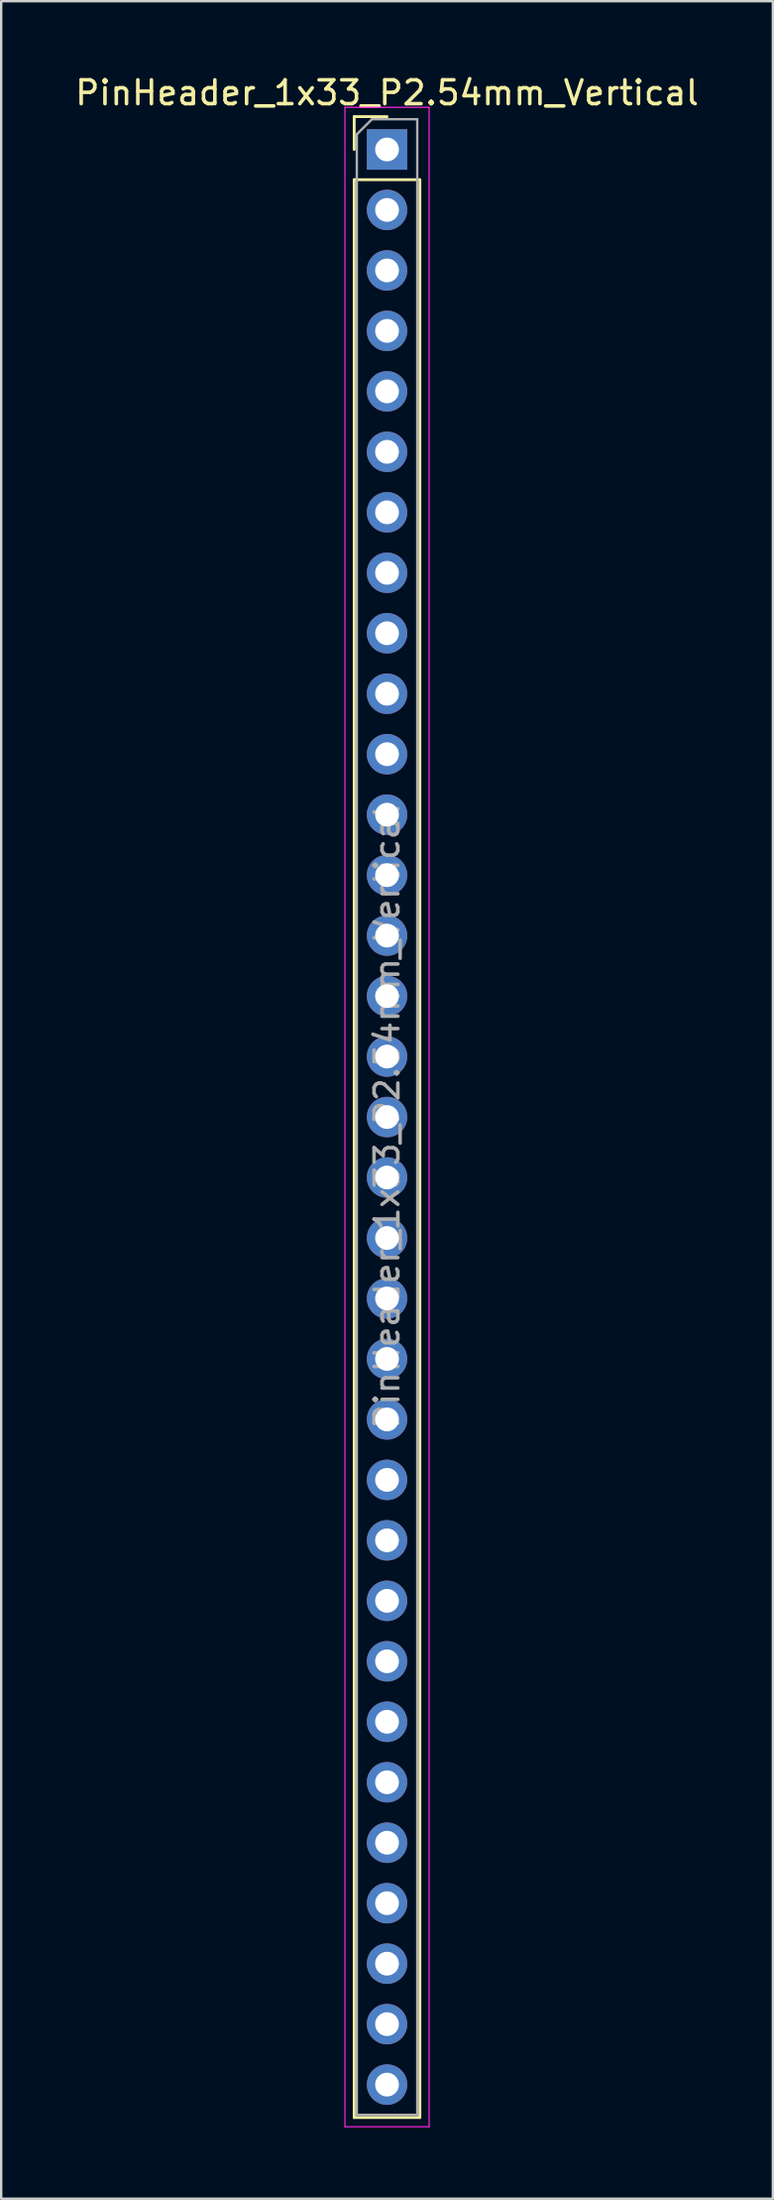
<source format=kicad_pcb>
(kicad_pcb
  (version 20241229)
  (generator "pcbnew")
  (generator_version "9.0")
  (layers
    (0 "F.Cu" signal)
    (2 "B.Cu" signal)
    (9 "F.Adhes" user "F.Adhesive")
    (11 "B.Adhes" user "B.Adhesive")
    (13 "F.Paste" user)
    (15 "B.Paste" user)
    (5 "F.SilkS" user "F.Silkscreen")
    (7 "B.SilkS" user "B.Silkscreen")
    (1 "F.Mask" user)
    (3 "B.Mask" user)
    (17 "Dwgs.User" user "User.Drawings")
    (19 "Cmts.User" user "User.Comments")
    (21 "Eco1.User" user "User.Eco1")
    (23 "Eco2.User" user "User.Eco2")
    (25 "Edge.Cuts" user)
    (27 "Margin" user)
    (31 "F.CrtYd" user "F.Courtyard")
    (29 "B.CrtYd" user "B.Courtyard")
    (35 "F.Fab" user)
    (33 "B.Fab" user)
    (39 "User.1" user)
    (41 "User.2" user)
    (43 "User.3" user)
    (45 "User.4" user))
  (footprint "PinHeader_1x33_P2.54mm_Vertical"
    (layer "F.Cu")
    (at 13.22 3.228)
    (property "Reference" "PinHeader_1x33_P2.54mm_Vertical" (at 0 -2.38 0) (layer "F.SilkS") (effects (font (size 1 1) (thickness 0.15))))
    (attr through_hole)
    (fp_line (start -1.38 -1.38) (end 0 -1.38) (stroke (width 0.12) (type solid)) (layer "F.SilkS"))
    (fp_line (start -1.38 0) (end -1.38 -1.38) (stroke (width 0.12) (type solid)) (layer "F.SilkS"))
    (fp_line (start -1.38 1.27) (end -1.38 82.66) (stroke (width 0.12) (type solid)) (layer "F.SilkS"))
    (fp_line (start -1.38 1.27) (end 1.38 1.27) (stroke (width 0.12) (type solid)) (layer "F.SilkS"))
    (fp_line (start -1.38 82.66) (end 1.38 82.66) (stroke (width 0.12) (type solid)) (layer "F.SilkS"))
    (fp_line (start 1.38 1.27) (end 1.38 82.66) (stroke (width 0.12) (type solid)) (layer "F.SilkS"))
    (fp_line (start -1.77 -1.77) (end -1.77 83.05) (stroke (width 0.05) (type solid)) (layer "F.CrtYd"))
    (fp_line (start -1.77 83.05) (end 1.77 83.05) (stroke (width 0.05) (type solid)) (layer "F.CrtYd"))
    (fp_line (start 1.77 -1.77) (end -1.77 -1.77) (stroke (width 0.05) (type solid)) (layer "F.CrtYd"))
    (fp_line (start 1.77 83.05) (end 1.77 -1.77) (stroke (width 0.05) (type solid)) (layer "F.CrtYd"))
    (fp_line (start -1.27 -0.635) (end -0.635 -1.27) (stroke (width 0.1) (type solid)) (layer "F.Fab"))
    (fp_line (start -1.27 82.55) (end -1.27 -0.635) (stroke (width 0.1) (type solid)) (layer "F.Fab"))
    (fp_line (start -0.635 -1.27) (end 1.27 -1.27) (stroke (width 0.1) (type solid)) (layer "F.Fab"))
    (fp_line (start 1.27 -1.27) (end 1.27 82.55) (stroke (width 0.1) (type solid)) (layer "F.Fab"))
    (fp_line (start 1.27 82.55) (end -1.27 82.55) (stroke (width 0.1) (type solid)) (layer "F.Fab"))
    (fp_text user "${REFERENCE}" (at 0 40.64 90) (layer "F.Fab") (effects (font (size 1 1) (thickness 0.15))))
    (pad "1" thru_hole rect (at 0 0) (size 1.7 1.7) (drill 1) (layers "*.Cu" "*.Mask"))
    (pad "2" thru_hole circle (at 0 2.54) (size 1.7 1.7) (drill 1) (layers "*.Cu" "*.Mask"))
    (pad "3" thru_hole circle (at 0 5.08) (size 1.7 1.7) (drill 1) (layers "*.Cu" "*.Mask"))
    (pad "4" thru_hole circle (at 0 7.62) (size 1.7 1.7) (drill 1) (layers "*.Cu" "*.Mask"))
    (pad "5" thru_hole circle (at 0 10.16) (size 1.7 1.7) (drill 1) (layers "*.Cu" "*.Mask"))
    (pad "6" thru_hole circle (at 0 12.7) (size 1.7 1.7) (drill 1) (layers "*.Cu" "*.Mask"))
    (pad "7" thru_hole circle (at 0 15.24) (size 1.7 1.7) (drill 1) (layers "*.Cu" "*.Mask"))
    (pad "8" thru_hole circle (at 0 17.78) (size 1.7 1.7) (drill 1) (layers "*.Cu" "*.Mask"))
    (pad "9" thru_hole circle (at 0 20.32) (size 1.7 1.7) (drill 1) (layers "*.Cu" "*.Mask"))
    (pad "10" thru_hole circle (at 0 22.86) (size 1.7 1.7) (drill 1) (layers "*.Cu" "*.Mask"))
    (pad "11" thru_hole circle (at 0 25.4) (size 1.7 1.7) (drill 1) (layers "*.Cu" "*.Mask"))
    (pad "12" thru_hole circle (at 0 27.94) (size 1.7 1.7) (drill 1) (layers "*.Cu" "*.Mask"))
    (pad "13" thru_hole circle (at 0 30.48) (size 1.7 1.7) (drill 1) (layers "*.Cu" "*.Mask"))
    (pad "14" thru_hole circle (at 0 33.02) (size 1.7 1.7) (drill 1) (layers "*.Cu" "*.Mask"))
    (pad "15" thru_hole circle (at 0 35.56) (size 1.7 1.7) (drill 1) (layers "*.Cu" "*.Mask"))
    (pad "16" thru_hole circle (at 0 38.1) (size 1.7 1.7) (drill 1) (layers "*.Cu" "*.Mask"))
    (pad "17" thru_hole circle (at 0 40.64) (size 1.7 1.7) (drill 1) (layers "*.Cu" "*.Mask"))
    (pad "18" thru_hole circle (at 0 43.18) (size 1.7 1.7) (drill 1) (layers "*.Cu" "*.Mask"))
    (pad "19" thru_hole circle (at 0 45.72) (size 1.7 1.7) (drill 1) (layers "*.Cu" "*.Mask"))
    (pad "20" thru_hole circle (at 0 48.26) (size 1.7 1.7) (drill 1) (layers "*.Cu" "*.Mask"))
    (pad "21" thru_hole circle (at 0 50.8) (size 1.7 1.7) (drill 1) (layers "*.Cu" "*.Mask"))
    (pad "22" thru_hole circle (at 0 53.34) (size 1.7 1.7) (drill 1) (layers "*.Cu" "*.Mask"))
    (pad "23" thru_hole circle (at 0 55.88) (size 1.7 1.7) (drill 1) (layers "*.Cu" "*.Mask"))
    (pad "24" thru_hole circle (at 0 58.42) (size 1.7 1.7) (drill 1) (layers "*.Cu" "*.Mask"))
    (pad "25" thru_hole circle (at 0 60.96) (size 1.7 1.7) (drill 1) (layers "*.Cu" "*.Mask"))
    (pad "26" thru_hole circle (at 0 63.5) (size 1.7 1.7) (drill 1) (layers "*.Cu" "*.Mask"))
    (pad "27" thru_hole circle (at 0 66.04) (size 1.7 1.7) (drill 1) (layers "*.Cu" "*.Mask"))
    (pad "28" thru_hole circle (at 0 68.58) (size 1.7 1.7) (drill 1) (layers "*.Cu" "*.Mask"))
    (pad "29" thru_hole circle (at 0 71.12) (size 1.7 1.7) (drill 1) (layers "*.Cu" "*.Mask"))
    (pad "30" thru_hole circle (at 0 73.66) (size 1.7 1.7) (drill 1) (layers "*.Cu" "*.Mask"))
    (pad "31" thru_hole circle (at 0 76.2) (size 1.7 1.7) (drill 1) (layers "*.Cu" "*.Mask"))
    (pad "32" thru_hole circle (at 0 78.74) (size 1.7 1.7) (drill 1) (layers "*.Cu" "*.Mask"))
    (pad "33" thru_hole circle (at 0 81.28) (size 1.7 1.7) (drill 1) (layers "*.Cu" "*.Mask")))
  (gr_rect
    (start -3 -3)
    (end 29.44 89.303)
    (stroke (width 0.1) (type default))
    (fill no)
    (layer "Edge.Cuts")))
</source>
